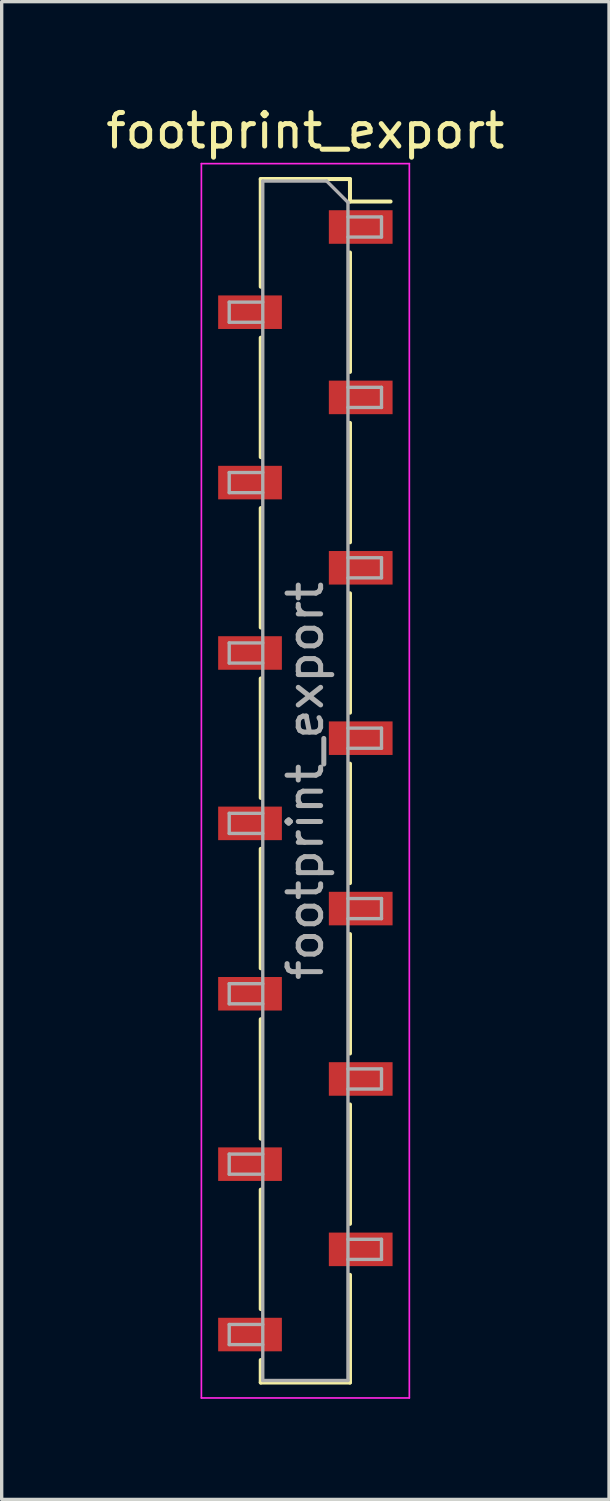
<source format=kicad_pcb>
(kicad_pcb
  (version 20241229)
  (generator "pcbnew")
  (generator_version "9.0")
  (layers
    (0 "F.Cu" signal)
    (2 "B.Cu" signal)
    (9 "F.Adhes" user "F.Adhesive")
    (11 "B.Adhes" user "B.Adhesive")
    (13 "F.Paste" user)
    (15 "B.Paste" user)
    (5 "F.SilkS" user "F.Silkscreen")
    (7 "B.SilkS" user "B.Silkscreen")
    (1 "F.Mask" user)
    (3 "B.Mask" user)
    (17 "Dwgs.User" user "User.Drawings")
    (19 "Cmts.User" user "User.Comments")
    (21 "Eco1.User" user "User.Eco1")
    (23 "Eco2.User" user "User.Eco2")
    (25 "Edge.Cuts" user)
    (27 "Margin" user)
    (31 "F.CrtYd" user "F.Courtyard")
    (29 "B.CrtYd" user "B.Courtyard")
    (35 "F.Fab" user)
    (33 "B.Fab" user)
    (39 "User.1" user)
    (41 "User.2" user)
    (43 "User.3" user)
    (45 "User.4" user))
  (footprint "footprint_export"
    (layer "F.Cu")
    (at 6.054 20.228)
    (property "Reference" "footprint_export" (at 0 -19.38 0) (layer "F.SilkS") (effects (font (size 1 1) (thickness 0.15))))
    (attr smd)
    (fp_line (start -1.33 -17.94) (end -1.33 -14.73) (stroke (width 0.12) (type solid)) (layer "F.SilkS"))
    (fp_line (start -1.33 -17.94) (end 1.33 -17.94) (stroke (width 0.12) (type solid)) (layer "F.SilkS"))
    (fp_line (start -1.33 -13.21) (end -1.33 -9.65) (stroke (width 0.12) (type solid)) (layer "F.SilkS"))
    (fp_line (start -1.33 -8.13) (end -1.33 -4.57) (stroke (width 0.12) (type solid)) (layer "F.SilkS"))
    (fp_line (start -1.33 -3.05) (end -1.33 0.51) (stroke (width 0.12) (type solid)) (layer "F.SilkS"))
    (fp_line (start -1.33 2.03) (end -1.33 5.59) (stroke (width 0.12) (type solid)) (layer "F.SilkS"))
    (fp_line (start -1.33 7.11) (end -1.33 10.67) (stroke (width 0.12) (type solid)) (layer "F.SilkS"))
    (fp_line (start -1.33 12.19) (end -1.33 15.75) (stroke (width 0.12) (type solid)) (layer "F.SilkS"))
    (fp_line (start -1.33 17.27) (end -1.33 17.94) (stroke (width 0.12) (type solid)) (layer "F.SilkS"))
    (fp_line (start -1.33 17.94) (end 1.33 17.94) (stroke (width 0.12) (type solid)) (layer "F.SilkS"))
    (fp_line (start 1.33 -17.94) (end 1.33 -17.27) (stroke (width 0.12) (type solid)) (layer "F.SilkS"))
    (fp_line (start 1.33 -17.27) (end 2.54 -17.27) (stroke (width 0.12) (type solid)) (layer "F.SilkS"))
    (fp_line (start 1.33 -15.75) (end 1.33 -12.19) (stroke (width 0.12) (type solid)) (layer "F.SilkS"))
    (fp_line (start 1.33 -10.67) (end 1.33 -7.11) (stroke (width 0.12) (type solid)) (layer "F.SilkS"))
    (fp_line (start 1.33 -5.59) (end 1.33 -2.03) (stroke (width 0.12) (type solid)) (layer "F.SilkS"))
    (fp_line (start 1.33 -0.51) (end 1.33 3.05) (stroke (width 0.12) (type solid)) (layer "F.SilkS"))
    (fp_line (start 1.33 4.57) (end 1.33 8.13) (stroke (width 0.12) (type solid)) (layer "F.SilkS"))
    (fp_line (start 1.33 9.65) (end 1.33 13.21) (stroke (width 0.12) (type solid)) (layer "F.SilkS"))
    (fp_line (start 1.33 14.73) (end 1.33 17.94) (stroke (width 0.12) (type solid)) (layer "F.SilkS"))
    (fp_line (start -3.1 -18.4) (end 3.1 -18.4) (stroke (width 0.05) (type solid)) (layer "F.CrtYd"))
    (fp_line (start -3.1 18.4) (end -3.1 -18.4) (stroke (width 0.05) (type solid)) (layer "F.CrtYd"))
    (fp_line (start 3.1 -18.4) (end 3.1 18.4) (stroke (width 0.05) (type solid)) (layer "F.CrtYd"))
    (fp_line (start 3.1 18.4) (end -3.1 18.4) (stroke (width 0.05) (type solid)) (layer "F.CrtYd"))
    (fp_line (start -2.27 -14.27) (end -1.27 -14.27) (stroke (width 0.1) (type solid)) (layer "F.Fab"))
    (fp_line (start -2.27 -13.67) (end -2.27 -14.27) (stroke (width 0.1) (type solid)) (layer "F.Fab"))
    (fp_line (start -2.27 -9.19) (end -1.27 -9.19) (stroke (width 0.1) (type solid)) (layer "F.Fab"))
    (fp_line (start -2.27 -8.59) (end -2.27 -9.19) (stroke (width 0.1) (type solid)) (layer "F.Fab"))
    (fp_line (start -2.27 -4.11) (end -1.27 -4.11) (stroke (width 0.1) (type solid)) (layer "F.Fab"))
    (fp_line (start -2.27 -3.51) (end -2.27 -4.11) (stroke (width 0.1) (type solid)) (layer "F.Fab"))
    (fp_line (start -2.27 0.97) (end -1.27 0.97) (stroke (width 0.1) (type solid)) (layer "F.Fab"))
    (fp_line (start -2.27 1.57) (end -2.27 0.97) (stroke (width 0.1) (type solid)) (layer "F.Fab"))
    (fp_line (start -2.27 6.05) (end -1.27 6.05) (stroke (width 0.1) (type solid)) (layer "F.Fab"))
    (fp_line (start -2.27 6.65) (end -2.27 6.05) (stroke (width 0.1) (type solid)) (layer "F.Fab"))
    (fp_line (start -2.27 11.13) (end -1.27 11.13) (stroke (width 0.1) (type solid)) (layer "F.Fab"))
    (fp_line (start -2.27 11.73) (end -2.27 11.13) (stroke (width 0.1) (type solid)) (layer "F.Fab"))
    (fp_line (start -2.27 16.21) (end -1.27 16.21) (stroke (width 0.1) (type solid)) (layer "F.Fab"))
    (fp_line (start -2.27 16.81) (end -2.27 16.21) (stroke (width 0.1) (type solid)) (layer "F.Fab"))
    (fp_line (start -1.27 -17.88) (end 0.635 -17.88) (stroke (width 0.1) (type solid)) (layer "F.Fab"))
    (fp_line (start -1.27 -13.67) (end -2.27 -13.67) (stroke (width 0.1) (type solid)) (layer "F.Fab"))
    (fp_line (start -1.27 -8.59) (end -2.27 -8.59) (stroke (width 0.1) (type solid)) (layer "F.Fab"))
    (fp_line (start -1.27 -3.51) (end -2.27 -3.51) (stroke (width 0.1) (type solid)) (layer "F.Fab"))
    (fp_line (start -1.27 1.57) (end -2.27 1.57) (stroke (width 0.1) (type solid)) (layer "F.Fab"))
    (fp_line (start -1.27 6.65) (end -2.27 6.65) (stroke (width 0.1) (type solid)) (layer "F.Fab"))
    (fp_line (start -1.27 11.73) (end -2.27 11.73) (stroke (width 0.1) (type solid)) (layer "F.Fab"))
    (fp_line (start -1.27 16.81) (end -2.27 16.81) (stroke (width 0.1) (type solid)) (layer "F.Fab"))
    (fp_line (start -1.27 17.88) (end -1.27 -17.88) (stroke (width 0.1) (type solid)) (layer "F.Fab"))
    (fp_line (start 0.635 -17.88) (end 1.27 -17.245) (stroke (width 0.1) (type solid)) (layer "F.Fab"))
    (fp_line (start 1.27 -17.245) (end 1.27 17.88) (stroke (width 0.1) (type solid)) (layer "F.Fab"))
    (fp_line (start 1.27 -16.81) (end 2.27 -16.81) (stroke (width 0.1) (type solid)) (layer "F.Fab"))
    (fp_line (start 1.27 -11.73) (end 2.27 -11.73) (stroke (width 0.1) (type solid)) (layer "F.Fab"))
    (fp_line (start 1.27 -6.65) (end 2.27 -6.65) (stroke (width 0.1) (type solid)) (layer "F.Fab"))
    (fp_line (start 1.27 -1.57) (end 2.27 -1.57) (stroke (width 0.1) (type solid)) (layer "F.Fab"))
    (fp_line (start 1.27 3.51) (end 2.27 3.51) (stroke (width 0.1) (type solid)) (layer "F.Fab"))
    (fp_line (start 1.27 8.59) (end 2.27 8.59) (stroke (width 0.1) (type solid)) (layer "F.Fab"))
    (fp_line (start 1.27 13.67) (end 2.27 13.67) (stroke (width 0.1) (type solid)) (layer "F.Fab"))
    (fp_line (start 1.27 17.88) (end -1.27 17.88) (stroke (width 0.1) (type solid)) (layer "F.Fab"))
    (fp_line (start 2.27 -16.81) (end 2.27 -16.21) (stroke (width 0.1) (type solid)) (layer "F.Fab"))
    (fp_line (start 2.27 -16.21) (end 1.27 -16.21) (stroke (width 0.1) (type solid)) (layer "F.Fab"))
    (fp_line (start 2.27 -11.73) (end 2.27 -11.13) (stroke (width 0.1) (type solid)) (layer "F.Fab"))
    (fp_line (start 2.27 -11.13) (end 1.27 -11.13) (stroke (width 0.1) (type solid)) (layer "F.Fab"))
    (fp_line (start 2.27 -6.65) (end 2.27 -6.05) (stroke (width 0.1) (type solid)) (layer "F.Fab"))
    (fp_line (start 2.27 -6.05) (end 1.27 -6.05) (stroke (width 0.1) (type solid)) (layer "F.Fab"))
    (fp_line (start 2.27 -1.57) (end 2.27 -0.97) (stroke (width 0.1) (type solid)) (layer "F.Fab"))
    (fp_line (start 2.27 -0.97) (end 1.27 -0.97) (stroke (width 0.1) (type solid)) (layer "F.Fab"))
    (fp_line (start 2.27 3.51) (end 2.27 4.11) (stroke (width 0.1) (type solid)) (layer "F.Fab"))
    (fp_line (start 2.27 4.11) (end 1.27 4.11) (stroke (width 0.1) (type solid)) (layer "F.Fab"))
    (fp_line (start 2.27 8.59) (end 2.27 9.19) (stroke (width 0.1) (type solid)) (layer "F.Fab"))
    (fp_line (start 2.27 9.19) (end 1.27 9.19) (stroke (width 0.1) (type solid)) (layer "F.Fab"))
    (fp_line (start 2.27 13.67) (end 2.27 14.27) (stroke (width 0.1) (type solid)) (layer "F.Fab"))
    (fp_line (start 2.27 14.27) (end 1.27 14.27) (stroke (width 0.1) (type solid)) (layer "F.Fab"))
    (fp_text user "${REFERENCE}" (at 0 0 90) (layer "F.Fab") (effects (font (size 1 1) (thickness 0.15))))
    (pad "1" smd rect (at 1.65 -16.51) (size 1.9 1) (layers "F.Cu" "F.Mask" "F.Paste"))
    (pad "2" smd rect (at -1.65 -13.97) (size 1.9 1) (layers "F.Cu" "F.Mask" "F.Paste"))
    (pad "3" smd rect (at 1.65 -11.43) (size 1.9 1) (layers "F.Cu" "F.Mask" "F.Paste"))
    (pad "4" smd rect (at -1.65 -8.89) (size 1.9 1) (layers "F.Cu" "F.Mask" "F.Paste"))
    (pad "5" smd rect (at 1.65 -6.35) (size 1.9 1) (layers "F.Cu" "F.Mask" "F.Paste"))
    (pad "6" smd rect (at -1.65 -3.81) (size 1.9 1) (layers "F.Cu" "F.Mask" "F.Paste"))
    (pad "7" smd rect (at 1.65 -1.27) (size 1.9 1) (layers "F.Cu" "F.Mask" "F.Paste"))
    (pad "8" smd rect (at -1.65 1.27) (size 1.9 1) (layers "F.Cu" "F.Mask" "F.Paste"))
    (pad "9" smd rect (at 1.65 3.81) (size 1.9 1) (layers "F.Cu" "F.Mask" "F.Paste"))
    (pad "10" smd rect (at -1.65 6.35) (size 1.9 1) (layers "F.Cu" "F.Mask" "F.Paste"))
    (pad "11" smd rect (at 1.65 8.89) (size 1.9 1) (layers "F.Cu" "F.Mask" "F.Paste"))
    (pad "12" smd rect (at -1.65 11.43) (size 1.9 1) (layers "F.Cu" "F.Mask" "F.Paste"))
    (pad "13" smd rect (at 1.65 13.97) (size 1.9 1) (layers "F.Cu" "F.Mask" "F.Paste"))
    (pad "14" smd rect (at -1.65 16.51) (size 1.9 1) (layers "F.Cu" "F.Mask" "F.Paste")))
  (gr_rect
    (start -3 -3)
    (end 15.107 41.653)
    (stroke (width 0.1) (type default))
    (fill no)
    (layer "Edge.Cuts")))
</source>
